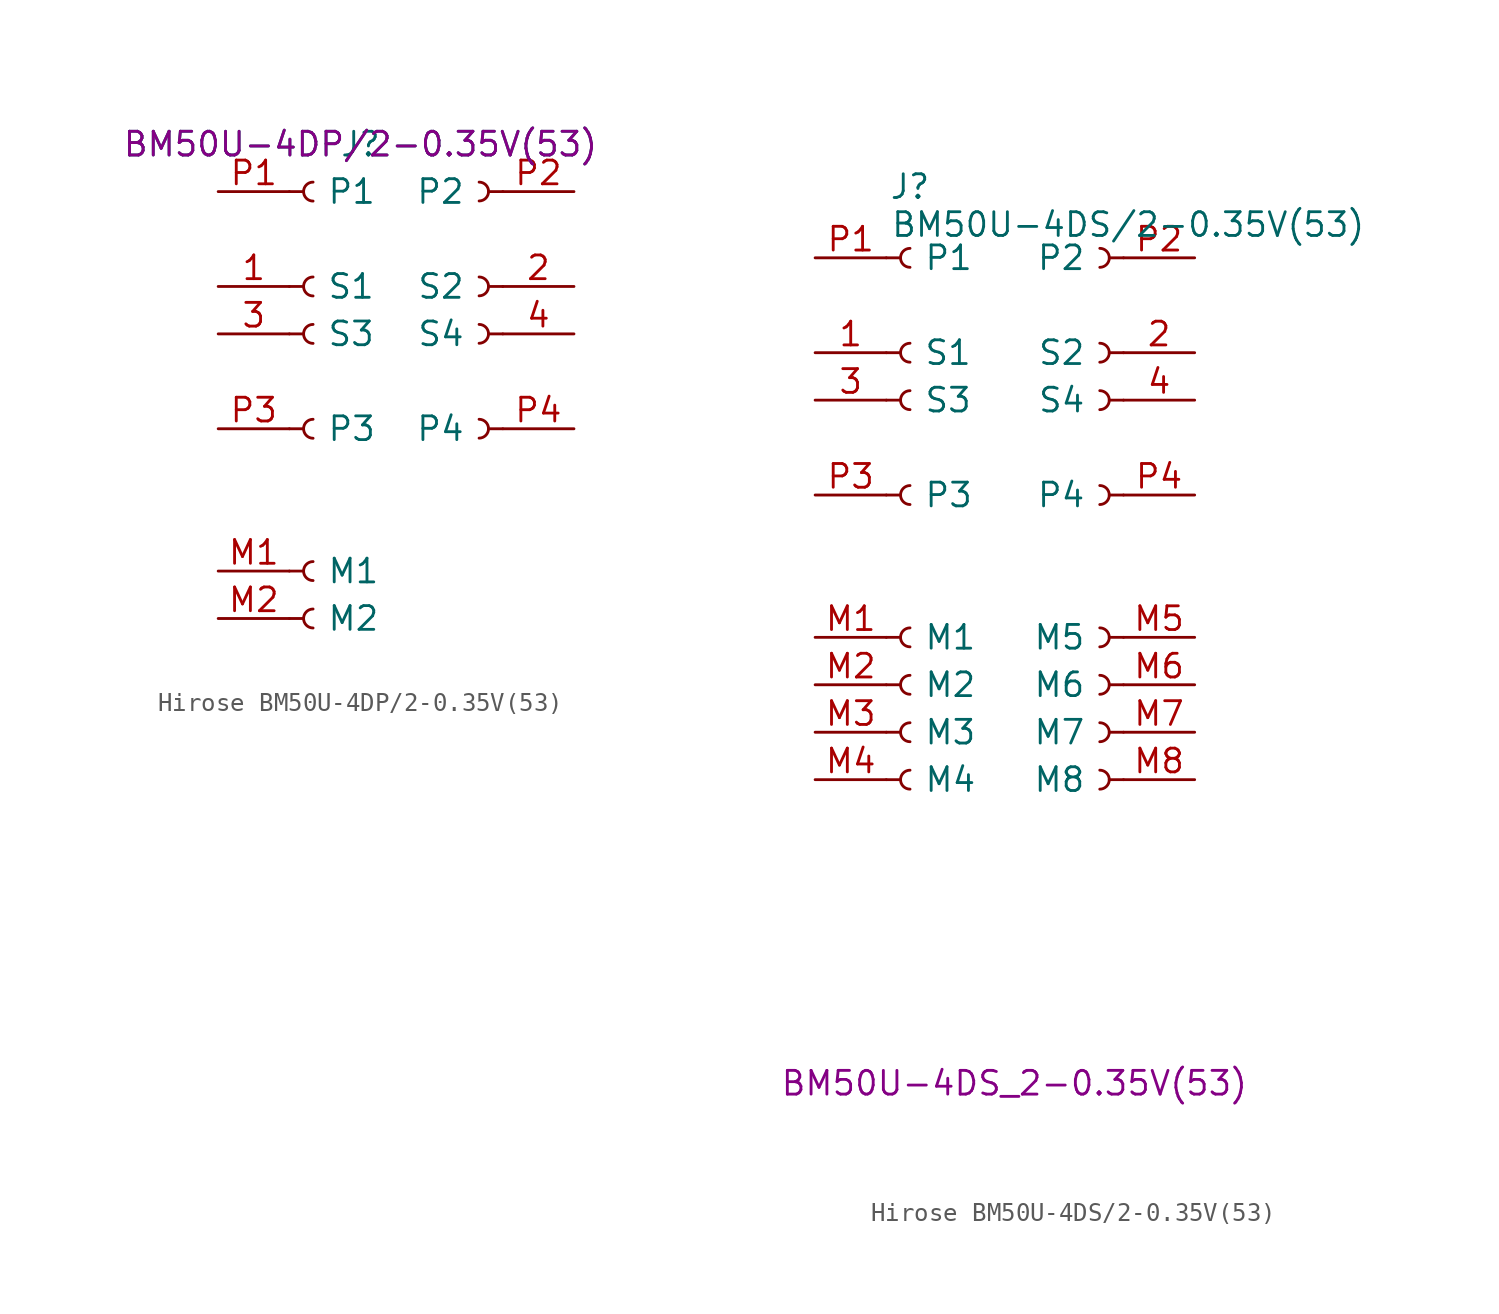
<source format=kicad_sym>
(kicad_symbol_lib
  (version 20241209)
  (generator "kicad_symbol_editor")
  (generator_version "9.0")
  (symbol "Hirose BM50U-4DP/2-0.35V(53)"
    (pin_names
      (offset 2))
    (property "Reference" "J"
      (at 0 0 0)
      (effects (font (size 1.27 1.27))))
    (property "Value" "BM50U-4DP/2-0.35V(53)"
      (at 0 0 0)
      (effects (font (size 1.27 1.27))))
    (property "Mpn1" "BM50U-4DP/2-0.35V(53)"
      (at 0 0 0)
      (effects (font (size 1.27 1.27))))
    (symbol "Hirose BM50U-4DP/2-0.35V(53)_1_1"
      (polyline (pts (xy -3.81 -2.54) (xy -3.048 -2.54)) (stroke (width 0.152) (type default)) (fill (type none)))
      (polyline (pts (xy -3.81 -7.62) (xy -3.048 -7.62)) (stroke (width 0.152) (type default)) (fill (type none)))
      (polyline (pts (xy -3.81 -10.16) (xy -3.048 -10.16)) (stroke (width 0.152) (type default)) (fill (type none)))
      (polyline (pts (xy -3.81 -15.24) (xy -3.048 -15.24)) (stroke (width 0.152) (type default)) (fill (type none)))
      (polyline (pts (xy -3.81 -22.86) (xy -3.048 -22.86)) (stroke (width 0.152) (type default)) (fill (type none)))
      (polyline (pts (xy -3.81 -25.4) (xy -3.048 -25.4)) (stroke (width 0.152) (type default)) (fill (type none)))
      (arc (start -2.54 -3.048) (mid -3.0458 -2.54) (end -2.54 -2.032) (stroke (width 0.1524) (type default)) (fill (type none)))
      (arc (start -2.54 -8.128) (mid -3.0458 -7.62) (end -2.54 -7.112) (stroke (width 0.1524) (type default)) (fill (type none)))
      (arc (start -2.54 -10.668) (mid -3.0458 -10.16) (end -2.54 -9.652) (stroke (width 0.1524) (type default)) (fill (type none)))
      (arc (start -2.54 -15.748) (mid -3.0458 -15.24) (end -2.54 -14.732) (stroke (width 0.1524) (type default)) (fill (type none)))
      (arc (start -2.54 -23.368) (mid -3.0458 -22.86) (end -2.54 -22.352) (stroke (width 0.1524) (type default)) (fill (type none)))
      (arc (start -2.54 -25.908) (mid -3.0458 -25.4) (end -2.54 -24.892) (stroke (width 0.1524) (type default)) (fill (type none)))
      (arc (start 6.35 -7.112) (mid 6.856 -7.62) (end 6.35 -8.128) (stroke (width 0.1524) (type default)) (fill (type none)))
      (arc (start 6.35 -9.652) (mid 6.856 -10.16) (end 6.35 -10.668) (stroke (width 0.1524) (type default)) (fill (type none)))
      (arc (start 6.35 -14.732) (mid 6.856 -15.24) (end 6.35 -15.748) (stroke (width 0.1524) (type default)) (fill (type none)))
      (arc (start 6.352 -2.032) (mid 6.858 -2.54) (end 6.352 -3.048) (stroke (width 0.1524) (type default)) (fill (type none)))
      (polyline (pts (xy 7.62 -7.62) (xy 6.858 -7.62)) (stroke (width 0.152) (type default)) (fill (type none)))
      (polyline (pts (xy 7.62 -10.16) (xy 6.858 -10.16)) (stroke (width 0.152) (type default)) (fill (type none)))
      (polyline (pts (xy 7.62 -15.24) (xy 6.858 -15.24)) (stroke (width 0.152) (type default)) (fill (type none)))
      (polyline (pts (xy 7.622 -2.54) (xy 6.86 -2.54)) (stroke (width 0.152) (type default)) (fill (type none)))
      (pin passive line (at -7.62 -2.54 0) (length 3.81) (name "P1" (effects (font (size 1.27 1.27)))) (number "P1" (effects (font (size 1.27 1.27)))))
      (pin passive line (at -7.62 -7.62 0) (length 3.81) (name "S1" (effects (font (size 1.27 1.27)))) (number "1" (effects (font (size 1.27 1.27)))))
      (pin passive line (at -7.62 -10.16 0) (length 3.81) (name "S3" (effects (font (size 1.27 1.27)))) (number "3" (effects (font (size 1.27 1.27)))))
      (pin passive line (at -7.62 -15.24 0) (length 3.81) (name "P3" (effects (font (size 1.27 1.27)))) (number "P3" (effects (font (size 1.27 1.27)))))
      (pin passive line (at -7.62 -22.86 0) (length 3.81) (name "M1" (effects (font (size 1.27 1.27)))) (number "M1" (effects (font (size 1.27 1.27)))))
      (pin passive line (at -7.62 -25.4 0) (length 3.81) (name "M2" (effects (font (size 1.27 1.27)))) (number "M2" (effects (font (size 1.27 1.27)))))
      (pin passive line (at 11.43 -2.54 180) (length 3.81) (name "P2" (effects (font (size 1.27 1.27)))) (number "P2" (effects (font (size 1.27 1.27)))))
      (pin passive line (at 11.43 -7.62 180) (length 3.81) (name "S2" (effects (font (size 1.27 1.27)))) (number "2" (effects (font (size 1.27 1.27)))))
      (pin passive line (at 11.43 -10.16 180) (length 3.81) (name "S4" (effects (font (size 1.27 1.27)))) (number "4" (effects (font (size 1.27 1.27)))))
      (pin passive line (at 11.43 -15.24 180) (length 3.81) (name "P4" (effects (font (size 1.27 1.27)))) (number "P4" (effects (font (size 1.27 1.27)))))))
  (symbol "Hirose BM50U-4DS/2-0.35V(53)"
    (pin_names
      (offset 2))
    (property "Reference" "J"
      (at 0 1.27 0)
      (effects (font (size 1.27 1.27))))
    (property "Value" "BM50U-4DS/2-0.35V(53)"
      (at 11.684 -0.762 0)
      (effects (font (size 1.27 1.27))))
    (property "Mpn1" "BM50U-4DS_2-0.35V(53)"
      (at 5.588 -46.736 0)
      (effects (font (size 1.27 1.27))))
    (symbol "Hirose BM50U-4DS/2-0.35V(53)_1_1"
      (polyline (pts (xy -1.27 -2.54) (xy -0.508 -2.54)) (stroke (width 0.152) (type default)) (fill (type none)))
      (polyline (pts (xy -1.27 -7.62) (xy -0.508 -7.62)) (stroke (width 0.152) (type default)) (fill (type none)))
      (polyline (pts (xy -1.27 -10.16) (xy -0.508 -10.16)) (stroke (width 0.152) (type default)) (fill (type none)))
      (polyline (pts (xy -1.27 -15.24) (xy -0.508 -15.24)) (stroke (width 0.152) (type default)) (fill (type none)))
      (polyline (pts (xy -1.27 -22.86) (xy -0.508 -22.86)) (stroke (width 0.152) (type default)) (fill (type none)))
      (polyline (pts (xy -1.27 -25.4) (xy -0.508 -25.4)) (stroke (width 0.152) (type default)) (fill (type none)))
      (polyline (pts (xy -1.27 -27.94) (xy -0.508 -27.94)) (stroke (width 0.152) (type default)) (fill (type none)))
      (polyline (pts (xy -1.27 -30.48) (xy -0.508 -30.48)) (stroke (width 0.152) (type default)) (fill (type none)))
      (arc (start 0 -3.048) (mid -0.5058 -2.54) (end 0 -2.032) (stroke (width 0.1524) (type default)) (fill (type none)))
      (arc (start 0 -8.128) (mid -0.5058 -7.62) (end 0 -7.112) (stroke (width 0.1524) (type default)) (fill (type none)))
      (arc (start 0 -10.668) (mid -0.5058 -10.16) (end 0 -9.652) (stroke (width 0.1524) (type default)) (fill (type none)))
      (arc (start 0 -15.748) (mid -0.5058 -15.24) (end 0 -14.732) (stroke (width 0.1524) (type default)) (fill (type none)))
      (arc (start 0 -23.368) (mid -0.5058 -22.86) (end 0 -22.352) (stroke (width 0.1524) (type default)) (fill (type none)))
      (arc (start 0 -25.908) (mid -0.5058 -25.4) (end 0 -24.892) (stroke (width 0.1524) (type default)) (fill (type none)))
      (arc (start 0 -28.448) (mid -0.5058 -27.94) (end 0 -27.432) (stroke (width 0.1524) (type default)) (fill (type none)))
      (arc (start 0 -30.988) (mid -0.5058 -30.48) (end 0 -29.972) (stroke (width 0.1524) (type default)) (fill (type none)))
      (arc (start 10.16 -7.112) (mid 10.666 -7.62) (end 10.16 -8.128) (stroke (width 0.1524) (type default)) (fill (type none)))
      (arc (start 10.16 -9.652) (mid 10.666 -10.16) (end 10.16 -10.668) (stroke (width 0.1524) (type default)) (fill (type none)))
      (arc (start 10.16 -14.732) (mid 10.666 -15.24) (end 10.16 -15.748) (stroke (width 0.1524) (type default)) (fill (type none)))
      (arc (start 10.16 -22.352) (mid 10.666 -22.86) (end 10.16 -23.368) (stroke (width 0.1524) (type default)) (fill (type none)))
      (arc (start 10.16 -24.892) (mid 10.666 -25.4) (end 10.16 -25.908) (stroke (width 0.1524) (type default)) (fill (type none)))
      (arc (start 10.16 -27.432) (mid 10.666 -27.94) (end 10.16 -28.448) (stroke (width 0.1524) (type default)) (fill (type none)))
      (arc (start 10.16 -29.972) (mid 10.666 -30.48) (end 10.16 -30.988) (stroke (width 0.1524) (type default)) (fill (type none)))
      (arc (start 10.162 -2.032) (mid 10.668 -2.54) (end 10.162 -3.048) (stroke (width 0.1524) (type default)) (fill (type none)))
      (polyline (pts (xy 11.43 -7.62) (xy 10.668 -7.62)) (stroke (width 0.152) (type default)) (fill (type none)))
      (polyline (pts (xy 11.43 -10.16) (xy 10.668 -10.16)) (stroke (width 0.152) (type default)) (fill (type none)))
      (polyline (pts (xy 11.43 -15.24) (xy 10.668 -15.24)) (stroke (width 0.152) (type default)) (fill (type none)))
      (polyline (pts (xy 11.43 -22.86) (xy 10.668 -22.86)) (stroke (width 0.152) (type default)) (fill (type none)))
      (polyline (pts (xy 11.43 -25.4) (xy 10.668 -25.4)) (stroke (width 0.152) (type default)) (fill (type none)))
      (polyline (pts (xy 11.43 -27.94) (xy 10.668 -27.94)) (stroke (width 0.152) (type default)) (fill (type none)))
      (polyline (pts (xy 11.43 -30.48) (xy 10.668 -30.48)) (stroke (width 0.152) (type default)) (fill (type none)))
      (polyline (pts (xy 11.432 -2.54) (xy 10.67 -2.54)) (stroke (width 0.152) (type default)) (fill (type none)))
      (pin passive line (at -5.08 -2.54 0) (length 3.81) (name "P1" (effects (font (size 1.27 1.27)))) (number "P1" (effects (font (size 1.27 1.27)))))
      (pin passive line (at -5.08 -7.62 0) (length 3.81) (name "S1" (effects (font (size 1.27 1.27)))) (number "1" (effects (font (size 1.27 1.27)))))
      (pin passive line (at -5.08 -10.16 0) (length 3.81) (name "S3" (effects (font (size 1.27 1.27)))) (number "3" (effects (font (size 1.27 1.27)))))
      (pin passive line (at -5.08 -15.24 0) (length 3.81) (name "P3" (effects (font (size 1.27 1.27)))) (number "P3" (effects (font (size 1.27 1.27)))))
      (pin passive line (at -5.08 -22.86 0) (length 3.81) (name "M1" (effects (font (size 1.27 1.27)))) (number "M1" (effects (font (size 1.27 1.27)))))
      (pin passive line (at -5.08 -25.4 0) (length 3.81) (name "M2" (effects (font (size 1.27 1.27)))) (number "M2" (effects (font (size 1.27 1.27)))))
      (pin passive line (at -5.08 -27.94 0) (length 3.81) (name "M3" (effects (font (size 1.27 1.27)))) (number "M3" (effects (font (size 1.27 1.27)))))
      (pin passive line (at -5.08 -30.48 0) (length 3.81) (name "M4" (effects (font (size 1.27 1.27)))) (number "M4" (effects (font (size 1.27 1.27)))))
      (pin passive line (at 15.24 -2.54 180) (length 3.81) (name "P2" (effects (font (size 1.27 1.27)))) (number "P2" (effects (font (size 1.27 1.27)))))
      (pin passive line (at 15.24 -7.62 180) (length 3.81) (name "S2" (effects (font (size 1.27 1.27)))) (number "2" (effects (font (size 1.27 1.27)))))
      (pin passive line (at 15.24 -10.16 180) (length 3.81) (name "S4" (effects (font (size 1.27 1.27)))) (number "4" (effects (font (size 1.27 1.27)))))
      (pin passive line (at 15.24 -15.24 180) (length 3.81) (name "P4" (effects (font (size 1.27 1.27)))) (number "P4" (effects (font (size 1.27 1.27)))))
      (pin passive line (at 15.24 -22.86 180) (length 3.81) (name "M5" (effects (font (size 1.27 1.27)))) (number "M5" (effects (font (size 1.27 1.27)))))
      (pin passive line (at 15.24 -25.4 180) (length 3.81) (name "M6" (effects (font (size 1.27 1.27)))) (number "M6" (effects (font (size 1.27 1.27)))))
      (pin passive line (at 15.24 -27.94 180) (length 3.81) (name "M7" (effects (font (size 1.27 1.27)))) (number "M7" (effects (font (size 1.27 1.27)))))
      (pin passive line (at 15.24 -30.48 180) (length 3.81) (name "M8" (effects (font (size 1.27 1.27)))) (number "M8" (effects (font (size 1.27 1.27))))))))
</source>
